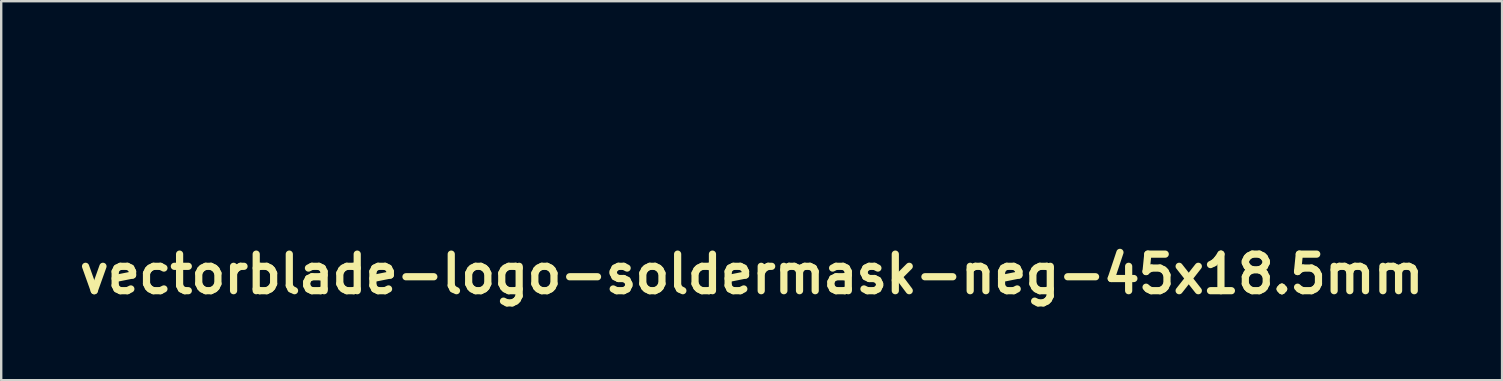
<source format=kicad_pcb>
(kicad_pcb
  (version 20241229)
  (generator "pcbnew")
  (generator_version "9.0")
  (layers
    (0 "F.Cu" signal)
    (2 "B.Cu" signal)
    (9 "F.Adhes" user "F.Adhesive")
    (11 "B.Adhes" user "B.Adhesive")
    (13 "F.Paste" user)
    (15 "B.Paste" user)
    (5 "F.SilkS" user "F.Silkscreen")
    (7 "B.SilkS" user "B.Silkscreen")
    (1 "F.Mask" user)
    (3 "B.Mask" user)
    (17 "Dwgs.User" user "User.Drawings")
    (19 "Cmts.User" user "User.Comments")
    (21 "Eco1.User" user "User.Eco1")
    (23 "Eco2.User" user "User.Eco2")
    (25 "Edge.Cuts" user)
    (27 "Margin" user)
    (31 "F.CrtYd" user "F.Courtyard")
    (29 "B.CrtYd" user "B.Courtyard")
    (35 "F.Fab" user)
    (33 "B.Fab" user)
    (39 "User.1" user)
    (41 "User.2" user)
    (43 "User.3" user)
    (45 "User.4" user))
  (footprint "vectorblade-logo-soldermask-neg-45x18.5mm"
    (layer "F.Cu")
    (at 28.274 8.375)
    (property "Reference" "vectorblade-logo-soldermask-neg-45x18.5mm" (at 0 0 0) (layer "F.SilkS") (effects (font (size 1.524 1.524) (thickness 0.3))))
    (attr through_hole)
    (fp_poly (pts (xy 5.342 0.387) (xy 5.375 0.431) (xy 5.36 0.465) (xy 5.335 0.471) (xy 5.289 0.444) (xy 5.282 0.418) (xy 5.301 0.381) (xy 5.342 0.387)) (stroke (width 0.01) (type solid)) (fill yes) (layer "F.Mask"))
    (fp_poly (pts (xy 6.255 -0.346) (xy 6.287 -0.293) (xy 6.271 -0.236) (xy 6.268 -0.232) (xy 6.222 -0.228) (xy 6.179 -0.263) (xy 6.13 -0.328) (xy 6.137 -0.362) (xy 6.191 -0.37) (xy 6.255 -0.346)) (stroke (width 0.01) (type solid)) (fill yes) (layer "F.Mask"))
    (fp_poly (pts (xy 21.394 -0.048) (xy 21.395 -0.044) (xy 21.37 -0.012) (xy 21.304 0.052) (xy 21.211 0.134) (xy 21.171 0.168) (xy 21.063 0.26) (xy 20.969 0.341) (xy 20.906 0.397) (xy 20.896 0.408) (xy 20.82 0.468) (xy 20.768 0.5) (xy 20.693 0.52) (xy 20.575 0.531) (xy 20.437 0.533) (xy 20.302 0.525) (xy 20.227 0.515) (xy 20.165 0.494) (xy 20.165 0.464) (xy 20.227 0.423) (xy 20.279 0.398) (xy 20.395 0.346) (xy 20.539 0.282) (xy 20.696 0.213) (xy 20.852 0.143) (xy 20.993 0.081) (xy 21.104 0.032) (xy 21.171 0.002) (xy 21.178 -0.000446) (xy 21.284 -0.04) (xy 21.361 -0.057) (xy 21.394 -0.048)) (stroke (width 0.01) (type solid)) (fill yes) (layer "F.Mask"))
    (fp_poly (pts (xy -11.362 -1.387) (xy -11.233 -1.319) (xy -11.122 -1.224) (xy -11.106 -1.205) (xy -11.032 -1.067) (xy -10.99 -0.89) (xy -10.981 -0.693) (xy -11.005 -0.495) (xy -11.062 -0.317) (xy -11.072 -0.298) (xy -11.176 -0.152) (xy -11.324 -0.025) (xy -11.492 0.062) (xy -11.496 0.064) (xy -11.582 0.095) (xy -11.71 0.142) (xy -11.861 0.199) (xy -11.96 0.237) (xy -12.14 0.305) (xy -12.334 0.378) (xy -12.512 0.445) (xy -12.576 0.468) (xy -12.856 0.571) (xy -13.611 0.571) (xy -14.365 0.57) (xy -14.365 0.49) (xy -14.356 0.376) (xy -14.33 0.224) (xy -14.295 0.057) (xy -14.292 0.047) (xy -13.053 0.047) (xy -13.049 0.128) (xy -13.031 0.178) (xy -12.989 0.197) (xy -12.912 0.188) (xy -12.792 0.151) (xy -12.644 0.098) (xy -12.418 0.011) (xy -12.251 -0.062) (xy -12.139 -0.124) (xy -12.076 -0.178) (xy -12.059 -0.207) (xy -12.055 -0.311) (xy -12.102 -0.393) (xy -12.184 -0.442) (xy -12.287 -0.445) (xy -12.34 -0.426) (xy -12.421 -0.393) (xy -12.538 -0.352) (xy -12.645 -0.319) (xy -12.835 -0.244) (xy -12.967 -0.147) (xy -13.04 -0.033) (xy -13.053 0.047) (xy -14.292 0.047) (xy -14.254 -0.103) (xy -14.212 -0.232) (xy -14.19 -0.284) (xy -14.036 -0.526) (xy -13.848 -0.711) (xy -13.767 -0.766) (xy -13.665 -0.817) (xy -13.517 -0.877) (xy -13.343 -0.939) (xy -13.162 -0.996) (xy -12.994 -1.043) (xy -12.885 -1.066) (xy -12.79 -1.09) (xy -12.734 -1.109) (xy -12.658 -1.135) (xy -12.555 -1.166) (xy -12.532 -1.172) (xy -12.422 -1.202) (xy -12.285 -1.238) (xy -12.195 -1.263) (xy -12.005 -1.312) (xy -11.822 -1.354) (xy -11.662 -1.387) (xy -11.54 -1.408) (xy -11.482 -1.413) (xy -11.362 -1.387)) (stroke (width 0.01) (type solid)) (fill yes) (layer "F.Mask"))
    (fp_poly (pts (xy -19.487 -2.506) (xy -19.414 -2.466) (xy -19.348 -2.398) (xy -19.281 -2.301) (xy -19.206 -2.177) (xy -19.192 -2.153) (xy -19.094 -1.99) (xy -18.979 -1.804) (xy -18.84 -1.586) (xy -18.672 -1.325) (xy -18.582 -1.188) (xy -18.506 -1.069) (xy -18.445 -0.972) (xy -18.409 -0.911) (xy -18.402 -0.897) (xy -18.385 -0.864) (xy -18.337 -0.789) (xy -18.269 -0.685) (xy -18.224 -0.618) (xy -18.122 -0.464) (xy -18.013 -0.296) (xy -17.919 -0.145) (xy -17.902 -0.118) (xy -17.811 0.031) (xy -17.711 0.193) (xy -17.626 0.329) (xy -17.555 0.453) (xy -17.526 0.527) (xy -17.536 0.555) (xy -17.58 0.559) (xy -17.681 0.564) (xy -17.826 0.568) (xy -18.005 0.572) (xy -18.207 0.576) (xy -18.42 0.579) (xy -18.633 0.581) (xy -18.834 0.583) (xy -19.013 0.583) (xy -19.159 0.583) (xy -19.26 0.581) (xy -19.3 0.578) (xy -19.333 0.568) (xy -19.367 0.54) (xy -19.41 0.488) (xy -19.463 0.406) (xy -19.533 0.285) (xy -19.624 0.119) (xy -19.74 -0.098) (xy -19.759 -0.135) (xy -19.89 -0.381) (xy -19.995 -0.579) (xy -20.08 -0.739) (xy -20.151 -0.872) (xy -20.214 -0.987) (xy -20.274 -1.096) (xy -20.337 -1.21) (xy -20.41 -1.339) (xy -20.428 -1.371) (xy -20.49 -1.471) (xy -20.55 -1.547) (xy -20.583 -1.576) (xy -20.641 -1.589) (xy -20.747 -1.601) (xy -20.883 -1.61) (xy -20.955 -1.612) (xy -21.102 -1.618) (xy -21.23 -1.628) (xy -21.319 -1.64) (xy -21.342 -1.646) (xy -21.421 -1.661) (xy -21.464 -1.656) (xy -21.475 -1.662) (xy -21.44 -1.699) (xy -21.425 -1.711) (xy -21.36 -1.76) (xy -21.319 -1.783) (xy -21.317 -1.783) (xy -21.283 -1.797) (xy -21.196 -1.835) (xy -21.064 -1.895) (xy -20.897 -1.972) (xy -20.702 -2.062) (xy -20.507 -2.153) (xy -20.229 -2.282) (xy -20.005 -2.384) (xy -19.826 -2.456) (xy -19.685 -2.501) (xy -19.575 -2.518) (xy -19.487 -2.506)) (stroke (width 0.01) (type solid)) (fill yes) (layer "F.Mask"))
    (fp_poly (pts (xy 20.238 -1.386) (xy 20.333 -1.335) (xy 20.427 -1.254) (xy 20.434 -1.248) (xy 20.572 -1.109) (xy 20.572 -0.792) (xy 20.57 -0.641) (xy 20.563 -0.537) (xy 20.546 -0.463) (xy 20.514 -0.398) (xy 20.47 -0.331) (xy 20.376 -0.215) (xy 20.267 -0.122) (xy 20.126 -0.039) (xy 19.937 0.045) (xy 19.926 0.049) (xy 19.769 0.112) (xy 19.592 0.184) (xy 19.462 0.236) (xy 19.249 0.323) (xy 19.084 0.389) (xy 18.952 0.437) (xy 18.84 0.469) (xy 18.731 0.489) (xy 18.612 0.5) (xy 18.468 0.504) (xy 18.284 0.505) (xy 18.105 0.505) (xy 17.863 0.504) (xy 17.682 0.5) (xy 17.554 0.495) (xy 17.474 0.486) (xy 17.434 0.473) (xy 17.427 0.463) (xy 17.435 0.392) (xy 17.455 0.278) (xy 17.484 0.142) (xy 17.504 0.051) (xy 18.651 0.051) (xy 18.655 0.103) (xy 18.674 0.15) (xy 18.702 0.164) (xy 18.761 0.147) (xy 18.818 0.122) (xy 18.897 0.088) (xy 19.016 0.037) (xy 19.156 -0.023) (xy 19.214 -0.048) (xy 19.385 -0.13) (xy 19.498 -0.204) (xy 19.559 -0.28) (xy 19.575 -0.363) (xy 19.567 -0.418) (xy 19.528 -0.488) (xy 19.47 -0.505) (xy 19.398 -0.491) (xy 19.284 -0.456) (xy 19.149 -0.407) (xy 19.012 -0.351) (xy 18.892 -0.296) (xy 18.809 -0.25) (xy 18.793 -0.239) (xy 18.726 -0.157) (xy 18.675 -0.051) (xy 18.651 0.051) (xy 17.504 0.051) (xy 17.515 0.005) (xy 17.545 -0.11) (xy 17.564 -0.168) (xy 17.668 -0.376) (xy 17.817 -0.569) (xy 17.998 -0.733) (xy 18.197 -0.856) (xy 18.395 -0.924) (xy 18.45 -0.939) (xy 18.552 -0.97) (xy 18.686 -1.012) (xy 18.789 -1.046) (xy 18.933 -1.093) (xy 19.055 -1.131) (xy 19.139 -1.157) (xy 19.169 -1.164) (xy 19.216 -1.177) (xy 19.313 -1.206) (xy 19.447 -1.246) (xy 19.602 -1.295) (xy 19.605 -1.296) (xy 19.826 -1.361) (xy 19.996 -1.398) (xy 20.13 -1.406) (xy 20.238 -1.386)) (stroke (width 0.01) (type solid)) (fill yes) (layer "F.Mask"))
    (fp_poly (pts (xy 12.412 -1.42) (xy 12.444 -1.373) (xy 12.464 -1.292) (xy 12.475 -1.17) (xy 12.48 -1.002) (xy 12.48 -0.781) (xy 12.478 -0.499) (xy 12.478 -0.45) (xy 12.476 -0.175) (xy 12.473 0.04) (xy 12.47 0.202) (xy 12.465 0.318) (xy 12.458 0.397) (xy 12.448 0.444) (xy 12.435 0.468) (xy 12.419 0.476) (xy 12.418 0.476) (xy 12.367 0.478) (xy 12.261 0.48) (xy 12.114 0.482) (xy 11.939 0.484) (xy 11.835 0.485) (xy 11.307 0.49) (xy 11.327 0.061) (xy 11.335 -0.117) (xy 11.337 -0.239) (xy 11.334 -0.317) (xy 11.323 -0.361) (xy 11.304 -0.384) (xy 11.289 -0.391) (xy 11.234 -0.39) (xy 11.13 -0.37) (xy 10.994 -0.335) (xy 10.838 -0.29) (xy 10.68 -0.239) (xy 10.532 -0.188) (xy 10.41 -0.139) (xy 10.33 -0.099) (xy 10.322 -0.095) (xy 10.256 -0.019) (xy 10.197 0.096) (xy 10.157 0.224) (xy 10.145 0.337) (xy 10.15 0.371) (xy 10.15 0.412) (xy 10.118 0.443) (xy 10.05 0.464) (xy 9.938 0.477) (xy 9.777 0.483) (xy 9.558 0.482) (xy 9.395 0.478) (xy 9.222 0.473) (xy 9.108 0.464) (xy 9.043 0.442) (xy 9.018 0.4) (xy 9.026 0.33) (xy 9.056 0.224) (xy 9.067 0.188) (xy 9.093 0.091) (xy 9.103 0.024) (xy 9.101 0.006) (xy 9.103 -0.035) (xy 9.138 -0.115) (xy 9.197 -0.217) (xy 9.271 -0.329) (xy 9.351 -0.435) (xy 9.427 -0.521) (xy 9.451 -0.544) (xy 9.519 -0.601) (xy 9.583 -0.65) (xy 9.654 -0.693) (xy 9.74 -0.734) (xy 9.849 -0.776) (xy 9.991 -0.823) (xy 10.174 -0.879) (xy 10.406 -0.946) (xy 10.599 -1.001) (xy 10.761 -1.033) (xy 10.889 -1.023) (xy 11.007 -0.966) (xy 11.084 -0.905) (xy 11.186 -0.83) (xy 11.259 -0.814) (xy 11.306 -0.859) (xy 11.333 -0.968) (xy 11.337 -1.007) (xy 11.349 -1.112) (xy 11.371 -1.171) (xy 11.416 -1.205) (xy 11.502 -1.235) (xy 11.506 -1.236) (xy 11.623 -1.274) (xy 11.731 -1.309) (xy 11.758 -1.318) (xy 11.84 -1.341) (xy 11.964 -1.371) (xy 12.103 -1.402) (xy 12.118 -1.405) (xy 12.221 -1.427) (xy 12.303 -1.441) (xy 12.366 -1.441) (xy 12.412 -1.42)) (stroke (width 0.01) (type solid)) (fill yes) (layer "F.Mask"))
    (fp_poly (pts (xy 16.691 -4.284) (xy 16.702 -4.254) (xy 16.71 -4.188) (xy 16.715 -4.083) (xy 16.718 -3.932) (xy 16.718 -3.732) (xy 16.716 -3.477) (xy 16.712 -3.161) (xy 16.709 -3.001) (xy 16.702 -2.654) (xy 16.696 -2.27) (xy 16.688 -1.87) (xy 16.681 -1.473) (xy 16.675 -1.098) (xy 16.669 -0.764) (xy 16.667 -0.673) (xy 16.662 -0.407) (xy 16.657 -0.162) (xy 16.651 0.054) (xy 16.646 0.233) (xy 16.641 0.366) (xy 16.637 0.445) (xy 16.635 0.463) (xy 16.611 0.479) (xy 16.548 0.491) (xy 16.439 0.499) (xy 16.276 0.503) (xy 16.053 0.505) (xy 16.044 0.505) (xy 15.467 0.505) (xy 15.487 0.097) (xy 15.493 -0.086) (xy 15.492 -0.235) (xy 15.484 -0.336) (xy 15.475 -0.372) (xy 15.448 -0.408) (xy 15.407 -0.416) (xy 15.33 -0.399) (xy 15.299 -0.389) (xy 15.194 -0.357) (xy 15.054 -0.315) (xy 14.909 -0.271) (xy 14.904 -0.27) (xy 14.77 -0.227) (xy 14.651 -0.185) (xy 14.571 -0.153) (xy 14.565 -0.15) (xy 14.469 -0.064) (xy 14.397 0.078) (xy 14.352 0.27) (xy 14.347 0.311) (xy 14.327 0.505) (xy 13.181 0.498) (xy 13.203 0.308) (xy 13.267 -0.009) (xy 13.377 -0.277) (xy 13.536 -0.5) (xy 13.745 -0.679) (xy 14.006 -0.816) (xy 14.178 -0.875) (xy 14.336 -0.922) (xy 14.505 -0.974) (xy 14.625 -1.01) (xy 14.761 -1.049) (xy 14.895 -1.082) (xy 14.972 -1.097) (xy 15.06 -1.106) (xy 15.124 -1.09) (xy 15.192 -1.04) (xy 15.234 -1) (xy 15.319 -0.928) (xy 15.396 -0.879) (xy 15.425 -0.869) (xy 15.461 -0.87) (xy 15.484 -0.896) (xy 15.499 -0.961) (xy 15.512 -1.078) (xy 15.513 -1.093) (xy 15.519 -1.186) (xy 15.524 -1.335) (xy 15.53 -1.531) (xy 15.536 -1.763) (xy 15.541 -2.02) (xy 15.545 -2.292) (xy 15.547 -2.405) (xy 15.56 -3.481) (xy 15.307 -3.492) (xy 15.153 -3.505) (xy 15.049 -3.526) (xy 15.001 -3.554) (xy 15.007 -3.58) (xy 15.047 -3.604) (xy 15.138 -3.652) (xy 15.27 -3.718) (xy 15.431 -3.797) (xy 15.612 -3.884) (xy 15.801 -3.974) (xy 15.99 -4.063) (xy 16.166 -4.145) (xy 16.32 -4.215) (xy 16.442 -4.269) (xy 16.52 -4.301) (xy 16.54 -4.307) (xy 16.635 -4.315) (xy 16.691 -4.284)) (stroke (width 0.01) (type solid)) (fill yes) (layer "F.Mask"))
    (fp_poly (pts (xy 8.172 -5.976) (xy 8.191 -5.956) (xy 8.195 -5.916) (xy 8.199 -5.816) (xy 8.202 -5.662) (xy 8.205 -5.461) (xy 8.206 -5.22) (xy 8.208 -4.947) (xy 8.208 -4.647) (xy 8.208 -4.328) (xy 8.207 -3.996) (xy 8.206 -3.659) (xy 8.204 -3.324) (xy 8.202 -2.996) (xy 8.198 -2.684) (xy 8.195 -2.393) (xy 8.19 -2.131) (xy 8.189 -2.052) (xy 8.183 -1.756) (xy 8.178 -1.423) (xy 8.172 -1.08) (xy 8.168 -0.75) (xy 8.165 -0.457) (xy 8.165 -0.398) (xy 8.162 -0.173) (xy 8.158 0.029) (xy 8.152 0.199) (xy 8.146 0.327) (xy 8.14 0.404) (xy 8.136 0.421) (xy 8.091 0.439) (xy 8.012 0.452) (xy 7.922 0.46) (xy 7.845 0.46) (xy 7.806 0.45) (xy 7.805 0.446) (xy 7.774 0.434) (xy 7.694 0.427) (xy 7.583 0.427) (xy 7.466 0.429) (xy 7.405 0.424) (xy 7.389 0.408) (xy 7.402 0.386) (xy 7.449 0.354) (xy 7.472 0.356) (xy 7.498 0.346) (xy 7.502 0.323) (xy 7.523 0.287) (xy 7.561 0.292) (xy 7.598 0.298) (xy 7.594 0.285) (xy 7.601 0.247) (xy 7.646 0.181) (xy 7.692 0.13) (xy 7.763 0.052) (xy 7.79 0.002) (xy 7.781 -0.037) (xy 7.772 -0.05) (xy 7.722 -0.076) (xy 7.638 -0.07) (xy 7.514 -0.032) (xy 7.344 0.042) (xy 7.195 0.115) (xy 7.113 0.147) (xy 7.068 0.136) (xy 7.061 0.078) (xy 7.089 -0.031) (xy 7.131 -0.143) (xy 7.179 -0.268) (xy 7.215 -0.372) (xy 7.232 -0.436) (xy 7.233 -0.445) (xy 7.255 -0.51) (xy 7.266 -0.524) (xy 7.291 -0.576) (xy 7.313 -0.667) (xy 7.321 -0.716) (xy 7.327 -0.824) (xy 7.304 -0.873) (xy 7.251 -0.862) (xy 7.168 -0.792) (xy 7.122 -0.743) (xy 7.003 -0.612) (xy 7.022 -2.825) (xy 7.041 -5.039) (xy 6.959 -5.092) (xy 6.876 -5.127) (xy 6.762 -5.153) (xy 6.71 -5.16) (xy 6.612 -5.169) (xy 6.545 -5.175) (xy 6.53 -5.178) (xy 6.539 -5.201) (xy 6.58 -5.252) (xy 6.63 -5.289) (xy 6.725 -5.347) (xy 6.849 -5.416) (xy 6.99 -5.491) (xy 7.131 -5.563) (xy 7.259 -5.624) (xy 7.358 -5.667) (xy 7.416 -5.686) (xy 7.418 -5.686) (xy 7.469 -5.701) (xy 7.546 -5.737) (xy 7.553 -5.74) (xy 7.763 -5.851) (xy 7.924 -5.927) (xy 8.041 -5.972) (xy 8.121 -5.988) (xy 8.172 -5.976)) (stroke (width 0.01) (type solid)) (fill yes) (layer "F.Mask"))
    (fp_poly (pts (xy -5.415 -3.981) (xy -5.398 -3.963) (xy -5.387 -3.942) (xy -5.375 -3.889) (xy -5.362 -3.783) (xy -5.35 -3.637) (xy -5.338 -3.464) (xy -5.334 -3.381) (xy -5.324 -3.177) (xy -5.312 -3.031) (xy -5.299 -2.933) (xy -5.282 -2.872) (xy -5.261 -2.838) (xy -5.256 -2.834) (xy -5.189 -2.812) (xy -5.057 -2.798) (xy -4.863 -2.792) (xy -4.843 -2.792) (xy -4.675 -2.79) (xy -4.514 -2.785) (xy -4.384 -2.777) (xy -4.329 -2.771) (xy -4.236 -2.757) (xy -4.202 -2.743) (xy -4.215 -2.72) (xy -4.248 -2.694) (xy -4.315 -2.652) (xy -4.421 -2.594) (xy -4.545 -2.531) (xy -4.559 -2.524) (xy -4.672 -2.468) (xy -4.761 -2.422) (xy -4.808 -2.394) (xy -4.811 -2.391) (xy -4.848 -2.368) (xy -4.929 -2.327) (xy -5.013 -2.289) (xy -5.097 -2.253) (xy -5.165 -2.223) (xy -5.218 -2.192) (xy -5.257 -2.152) (xy -5.284 -2.095) (xy -5.302 -2.016) (xy -5.311 -1.905) (xy -5.314 -1.756) (xy -5.311 -1.562) (xy -5.305 -1.314) (xy -5.298 -1.026) (xy -5.291 -0.75) (xy -5.285 -0.483) (xy -5.279 -0.237) (xy -5.275 -0.023) (xy -5.271 0.151) (xy -5.269 0.271) (xy -5.268 0.303) (xy -5.265 0.555) (xy -5.813 0.56) (xy -6 0.563) (xy -6.165 0.567) (xy -6.295 0.572) (xy -6.379 0.577) (xy -6.402 0.581) (xy -6.47 0.585) (xy -6.485 0.581) (xy -6.523 0.539) (xy -6.527 0.518) (xy -6.55 0.463) (xy -6.611 0.453) (xy -6.696 0.487) (xy -6.72 0.504) (xy -6.795 0.547) (xy -6.882 0.566) (xy -7.007 0.566) (xy -7.014 0.565) (xy -7.135 0.552) (xy -7.209 0.529) (xy -7.225 0.513) (xy -7.215 0.475) (xy -7.199 0.471) (xy -7.143 0.458) (xy -7.06 0.427) (xy -7.053 0.424) (xy -6.961 0.383) (xy -6.841 0.331) (xy -6.767 0.298) (xy -6.638 0.23) (xy -6.564 0.149) (xy -6.531 0.039) (xy -6.527 -0.055) (xy -6.536 -0.175) (xy -6.571 -0.253) (xy -6.638 -0.292) (xy -6.746 -0.294) (xy -6.902 -0.262) (xy -7.011 -0.231) (xy -7.135 -0.195) (xy -7.237 -0.168) (xy -7.298 -0.155) (xy -7.3 -0.154) (xy -7.364 -0.141) (xy -7.456 -0.113) (xy -7.479 -0.105) (xy -7.565 -0.082) (xy -7.62 -0.077) (xy -7.628 -0.08) (xy -7.667 -0.081) (xy -7.686 -0.069) (xy -7.743 -0.042) (xy -7.832 -0.019) (xy -7.84 -0.017) (xy -7.938 0.002) (xy -8.015 0.02) (xy -8.017 0.021) (xy -8.096 0.017) (xy -8.151 -0.043) (xy -8.175 -0.153) (xy -8.175 -0.172) (xy -8.192 -0.279) (xy -8.233 -0.364) (xy -8.29 -0.412) (xy -8.349 -0.411) (xy -8.362 -0.402) (xy -8.402 -0.38) (xy -8.411 -0.387) (xy -8.434 -0.389) (xy -8.487 -0.361) (xy -8.571 -0.323) (xy -8.68 -0.292) (xy -8.698 -0.289) (xy -8.81 -0.247) (xy -8.896 -0.162) (xy -8.958 -0.028) (xy -8.996 0.159) (xy -9.014 0.404) (xy -9.016 0.494) (xy -9.017 0.518) (xy -9.028 0.536) (xy -9.055 0.549) (xy -9.109 0.557) (xy -9.196 0.562) (xy -9.326 0.563) (xy -9.508 0.563) (xy -9.718 0.561) (xy -9.979 0.557) (xy -10.178 0.552) (xy -10.322 0.543) (xy -10.416 0.531) (xy -10.465 0.516) (xy -10.47 0.512) (xy -10.53 0.489) (xy -10.594 0.497) (xy -10.63 0.53) (xy -10.631 0.539) (xy -10.661 0.554) (xy -10.739 0.562) (xy -10.847 0.563) (xy -10.965 0.558) (xy -11.075 0.547) (xy -11.157 0.533) (xy -11.194 0.515) (xy -11.194 0.514) (xy -11.176 0.478) (xy -11.113 0.451) (xy -11.016 0.42) (xy -10.951 0.389) (xy -10.881 0.354) (xy -10.776 0.311) (xy -10.703 0.284) (xy -10.552 0.215) (xy -10.438 0.132) (xy -10.373 0.044) (xy -10.362 -0.006) (xy -10.342 -0.094) (xy -10.289 -0.214) (xy -10.214 -0.346) (xy -10.129 -0.47) (xy -10.044 -0.568) (xy -10.034 -0.577) (xy -9.913 -0.669) (xy -9.762 -0.759) (xy -9.607 -0.834) (xy -9.472 -0.881) (xy -9.454 -0.885) (xy -9.379 -0.902) (xy -9.251 -0.936) (xy -9.081 -0.982) (xy -8.881 -1.038) (xy -8.661 -1.101) (xy -8.495 -1.149) (xy -8.248 -1.22) (xy -8.056 -1.272) (xy -7.908 -1.307) (xy -7.795 -1.327) (xy -7.707 -1.335) (xy -7.634 -1.332) (xy -7.613 -1.33) (xy -7.445 -1.273) (xy -7.309 -1.163) (xy -7.215 -1.012) (xy -7.169 -0.829) (xy -7.166 -0.764) (xy -7.153 -0.647) (xy -7.118 -0.575) (xy -7.115 -0.572) (xy -7.052 -0.544) (xy -6.95 -0.524) (xy -6.829 -0.511) (xy -6.711 -0.509) (xy -6.615 -0.516) (xy -6.562 -0.536) (xy -6.56 -0.539) (xy -6.549 -0.59) (xy -6.543 -0.691) (xy -6.543 -0.823) (xy -6.545 -0.888) (xy -6.549 -1.008) (xy -6.552 -1.182) (xy -6.555 -1.397) (xy -6.557 -1.638) (xy -6.558 -1.893) (xy -6.559 -2.071) (xy -6.56 -2.362) (xy -6.564 -2.592) (xy -6.569 -2.766) (xy -6.578 -2.889) (xy -6.589 -2.967) (xy -6.602 -3.005) (xy -6.63 -3.032) (xy -6.676 -3.053) (xy -6.753 -3.072) (xy -6.871 -3.089) (xy -7.044 -3.11) (xy -7.061 -3.111) (xy -7.169 -3.133) (xy -7.213 -3.166) (xy -7.191 -3.206) (xy -7.113 -3.248) (xy -7.04 -3.28) (xy -6.919 -3.335) (xy -6.762 -3.407) (xy -6.582 -3.49) (xy -6.409 -3.572) (xy -6.14 -3.698) (xy -5.925 -3.799) (xy -5.758 -3.875) (xy -5.633 -3.93) (xy -5.542 -3.966) (xy -5.48 -3.985) (xy -5.44 -3.989) (xy -5.415 -3.981)) (stroke (width 0.01) (type solid)) (fill yes) (layer "F.Mask"))
    (fp_poly (pts (xy 3.913 -5.447) (xy 3.949 -5.426) (xy 3.966 -5.371) (xy 3.977 -5.273) (xy 3.98 -5.209) (xy 3.982 -5.083) (xy 3.984 -4.903) (xy 3.986 -4.674) (xy 3.987 -4.405) (xy 3.987 -4.1) (xy 3.987 -3.766) (xy 3.987 -3.409) (xy 3.986 -3.037) (xy 3.986 -3.028) (xy 3.985 -2.659) (xy 3.985 -2.309) (xy 3.986 -1.983) (xy 3.987 -1.688) (xy 3.99 -1.43) (xy 3.993 -1.214) (xy 3.997 -1.048) (xy 4.001 -0.936) (xy 4.006 -0.884) (xy 4.007 -0.883) (xy 4.041 -0.832) (xy 4.104 -0.81) (xy 4.169 -0.807) (xy 4.283 -0.817) (xy 4.387 -0.84) (xy 4.397 -0.843) (xy 4.511 -0.882) (xy 4.662 -0.927) (xy 4.832 -0.972) (xy 5.004 -1.015) (xy 5.16 -1.05) (xy 5.285 -1.074) (xy 5.358 -1.083) (xy 5.439 -1.09) (xy 5.482 -1.106) (xy 5.484 -1.11) (xy 5.515 -1.143) (xy 5.599 -1.166) (xy 5.723 -1.178) (xy 5.803 -1.179) (xy 5.92 -1.168) (xy 5.997 -1.135) (xy 6.047 -1.09) (xy 6.1 -1.011) (xy 6.123 -0.939) (xy 6.123 -0.937) (xy 6.147 -0.863) (xy 6.188 -0.813) (xy 6.238 -0.739) (xy 6.261 -0.621) (xy 6.261 -0.483) (xy 6.238 -0.426) (xy 6.167 -0.398) (xy 6.155 -0.396) (xy 6.101 -0.394) (xy 6.05 -0.411) (xy 5.987 -0.456) (xy 5.917 -0.521) (xy 6.123 -0.521) (xy 6.14 -0.505) (xy 6.157 -0.521) (xy 6.14 -0.538) (xy 6.123 -0.521) (xy 5.917 -0.521) (xy 5.901 -0.536) (xy 5.821 -0.616) (xy 5.694 -0.739) (xy 5.603 -0.811) (xy 5.546 -0.832) (xy 5.538 -0.83) (xy 5.503 -0.801) (xy 5.51 -0.744) (xy 5.518 -0.722) (xy 5.543 -0.626) (xy 5.551 -0.557) (xy 5.572 -0.477) (xy 5.601 -0.437) (xy 5.644 -0.375) (xy 5.652 -0.339) (xy 5.667 -0.276) (xy 5.703 -0.184) (xy 5.718 -0.153) (xy 5.762 -0.033) (xy 5.765 0.059) (xy 5.743 0.113) (xy 5.699 0.128) (xy 5.628 0.119) (xy 5.514 0.085) (xy 5.407 0.038) (xy 5.332 -0.018) (xy 5.3 -0.092) (xy 5.293 -0.15) (xy 5.261 -0.275) (xy 5.192 -0.37) (xy 5.099 -0.425) (xy 4.997 -0.43) (xy 4.92 -0.393) (xy 4.884 -0.376) (xy 4.878 -0.381) (xy 4.85 -0.382) (xy 4.774 -0.361) (xy 4.667 -0.325) (xy 4.542 -0.28) (xy 4.414 -0.231) (xy 4.3 -0.183) (xy 4.212 -0.142) (xy 4.169 -0.115) (xy 4.131 -0.052) (xy 4.094 0.059) (xy 4.072 0.162) (xy 4.051 0.284) (xy 4.031 0.384) (xy 4.019 0.437) (xy 4.004 0.456) (xy 3.967 0.469) (xy 3.897 0.478) (xy 3.787 0.484) (xy 3.628 0.486) (xy 3.41 0.487) (xy 3.407 0.487) (xy 2.809 0.486) (xy 2.8 0.095) (xy 2.794 -0.089) (xy 2.781 -0.214) (xy 2.753 -0.287) (xy 2.704 -0.318) (xy 2.624 -0.314) (xy 2.506 -0.282) (xy 2.454 -0.266) (xy 2.332 -0.232) (xy 2.226 -0.209) (xy 2.169 -0.202) (xy 2.099 -0.189) (xy 2.069 -0.168) (xy 2.024 -0.144) (xy 1.949 -0.135) (xy 1.85 -0.135) (xy 1.85 -0.355) (xy 1.844 -0.519) (xy 1.823 -0.624) (xy 1.78 -0.681) (xy 1.71 -0.699) (xy 1.648 -0.694) (xy 1.534 -0.667) (xy 1.43 -0.63) (xy 1.424 -0.627) (xy 1.32 -0.577) (xy 1.228 -0.533) (xy 1.173 -0.5) (xy 1.134 -0.452) (xy 1.108 -0.379) (xy 1.092 -0.27) (xy 1.083 -0.114) (xy 1.08 0.05) (xy 1.079 0.216) (xy 1.076 0.338) (xy 1.062 0.424) (xy 1.028 0.48) (xy 0.965 0.512) (xy 0.865 0.526) (xy 0.719 0.529) (xy 0.518 0.528) (xy 0.419 0.527) (xy -0.199 0.524) (xy -0.183 0.321) (xy -0.171 0.174) (xy -0.158 0.022) (xy -0.151 -0.05) (xy -0.147 -0.182) (xy -0.171 -0.262) (xy -0.233 -0.303) (xy -0.346 -0.32) (xy -0.372 -0.322) (xy -0.509 -0.331) (xy -0.646 -0.346) (xy -0.691 -0.352) (xy -0.781 -0.361) (xy -0.827 -0.35) (xy -0.849 -0.308) (xy -0.853 -0.292) (xy -0.859 -0.218) (xy -0.855 -0.103) (xy -0.843 0.03) (xy -0.842 0.038) (xy -0.825 0.183) (xy -0.813 0.321) (xy -0.808 0.421) (xy -0.807 0.555) (xy -1.388 0.552) (xy -1.968 0.548) (xy -1.968 0.148) (xy -1.972 -0.06) (xy -1.984 -0.211) (xy -2.009 -0.314) (xy -2.048 -0.378) (xy -2.103 -0.413) (xy -2.129 -0.42) (xy -2.185 -0.43) (xy -2.24 -0.427) (xy -2.312 -0.409) (xy -2.421 -0.37) (xy -2.481 -0.348) (xy -2.539 -0.327) (xy -2.557 -0.321) (xy -2.596 -0.304) (xy -2.65 -0.275) (xy -2.719 -0.25) (xy -2.758 -0.252) (xy -2.81 -0.251) (xy -2.892 -0.218) (xy -2.981 -0.166) (xy -3.056 -0.107) (xy -3.088 -0.069) (xy -3.113 -0.002) (xy -3.139 0.11) (xy -3.161 0.243) (xy -3.163 0.26) (xy -3.184 0.386) (xy -3.209 0.485) (xy -3.233 0.539) (xy -3.237 0.543) (xy -3.284 0.551) (xy -3.383 0.557) (xy -3.521 0.561) (xy -3.682 0.563) (xy -3.853 0.562) (xy -4.018 0.56) (xy -4.163 0.555) (xy -4.273 0.548) (xy -4.335 0.54) (xy -4.341 0.538) (xy -4.352 0.495) (xy -4.347 0.404) (xy -4.329 0.281) (xy -4.301 0.141) (xy -4.265 -0.000205) (xy -4.225 -0.126) (xy -4.202 -0.185) (xy -4.106 -0.346) (xy -3.969 -0.505) (xy -3.814 -0.638) (xy -3.714 -0.699) (xy -3.606 -0.743) (xy -3.442 -0.794) (xy -3.218 -0.853) (xy -2.931 -0.92) (xy -2.809 -0.947) (xy -2.697 -0.974) (xy -2.604 -1.002) (xy -2.574 -1.013) (xy -2.519 -1.033) (xy -2.436 -1.057) (xy -2.313 -1.088) (xy -2.139 -1.129) (xy -2.069 -1.145) (xy -1.941 -1.177) (xy -1.81 -1.212) (xy -1.8 -1.215) (xy -1.681 -1.242) (xy -1.542 -1.263) (xy -1.495 -1.269) (xy -1.308 -1.257) (xy -1.153 -1.187) (xy -1.033 -1.064) (xy -0.953 -0.891) (xy -0.922 -0.738) (xy -0.904 -0.602) (xy -0.88 -0.515) (xy -0.839 -0.472) (xy -0.771 -0.471) (xy -0.664 -0.507) (xy -0.51 -0.577) (xy -0.486 -0.588) (xy -0.339 -0.658) (xy -0.206 -0.722) (xy -0.104 -0.772) (xy -0.059 -0.795) (xy 0.005 -0.822) (xy 0.034 -0.819) (xy 0.034 -0.818) (xy 0.049 -0.813) (xy 0.059 -0.826) (xy 0.097 -0.853) (xy 0.176 -0.898) (xy 0.275 -0.95) (xy 0.374 -0.998) (xy 0.452 -1.033) (xy 0.486 -1.043) (xy 0.519 -1.058) (xy 0.595 -1.099) (xy 0.697 -1.155) (xy 0.706 -1.161) (xy 0.816 -1.219) (xy 0.905 -1.261) (xy 0.957 -1.278) (xy 0.958 -1.278) (xy 1.018 -1.251) (xy 1.072 -1.185) (xy 1.097 -1.113) (xy 1.102 -1.036) (xy 1.105 -0.984) (xy 1.12 -0.932) (xy 1.17 -0.911) (xy 1.226 -0.908) (xy 1.31 -0.917) (xy 1.36 -0.939) (xy 1.363 -0.942) (xy 1.41 -0.97) (xy 1.451 -0.976) (xy 1.517 -0.989) (xy 1.618 -1.024) (xy 1.702 -1.06) (xy 1.809 -1.105) (xy 1.897 -1.136) (xy 1.937 -1.144) (xy 2.002 -1.161) (xy 2.065 -1.195) (xy 2.122 -1.223) (xy 2.189 -1.229) (xy 2.288 -1.212) (xy 2.322 -1.205) (xy 2.439 -1.167) (xy 2.54 -1.115) (xy 2.578 -1.086) (xy 2.663 -1.023) (xy 2.731 -1.016) (xy 2.772 -1.062) (xy 2.776 -1.106) (xy 2.78 -1.21) (xy 2.783 -1.368) (xy 2.786 -1.573) (xy 2.789 -1.819) (xy 2.79 -2.099) (xy 2.792 -2.407) (xy 2.792 -2.736) (xy 2.792 -2.807) (xy 2.792 -3.188) (xy 2.792 -3.507) (xy 2.791 -3.771) (xy 2.789 -3.984) (xy 2.787 -4.152) (xy 2.783 -4.282) (xy 2.778 -4.378) (xy 2.771 -4.447) (xy 2.762 -4.494) (xy 2.752 -4.524) (xy 2.739 -4.544) (xy 2.728 -4.556) (xy 2.687 -4.585) (xy 2.63 -4.605) (xy 2.543 -4.619) (xy 2.411 -4.631) (xy 2.296 -4.638) (xy 2.236 -4.651) (xy 2.228 -4.679) (xy 2.276 -4.725) (xy 2.38 -4.789) (xy 2.543 -4.873) (xy 2.767 -4.979) (xy 2.843 -5.013) (xy 2.971 -5.073) (xy 3.128 -5.147) (xy 3.289 -5.225) (xy 3.433 -5.296) (xy 3.524 -5.343) (xy 3.638 -5.401) (xy 3.716 -5.433) (xy 3.78 -5.447) (xy 3.847 -5.45) (xy 3.913 -5.447)) (stroke (width 0.01) (type solid)) (fill yes) (layer "F.Mask"))
    (fp_poly (pts (xy 8.311 -8.37) (xy 8.838 -8.348) (xy 9.374 -8.306) (xy 9.739 -8.267) (xy 9.889 -8.25) (xy 10.018 -8.239) (xy 10.11 -8.234) (xy 10.139 -8.235) (xy 10.216 -8.224) (xy 10.247 -8.206) (xy 10.299 -8.183) (xy 10.318 -8.186) (xy 10.35 -8.189) (xy 10.422 -8.184) (xy 10.541 -8.168) (xy 10.711 -8.142) (xy 10.939 -8.105) (xy 11.119 -8.075) (xy 11.441 -8.009) (xy 11.815 -7.912) (xy 12.232 -7.786) (xy 12.465 -7.71) (xy 12.746 -7.613) (xy 12.983 -7.525) (xy 13.198 -7.437) (xy 13.413 -7.341) (xy 13.608 -7.248) (xy 14.056 -7.011) (xy 14.472 -6.756) (xy 14.848 -6.488) (xy 15.173 -6.215) (xy 15.318 -6.073) (xy 15.468 -5.912) (xy 15.608 -5.752) (xy 15.729 -5.603) (xy 15.823 -5.475) (xy 15.882 -5.378) (xy 15.897 -5.34) (xy 15.902 -5.287) (xy 15.876 -5.244) (xy 15.807 -5.196) (xy 15.76 -5.168) (xy 15.667 -5.119) (xy 15.599 -5.087) (xy 15.578 -5.08) (xy 15.546 -5.105) (xy 15.492 -5.169) (xy 15.451 -5.223) (xy 15.384 -5.307) (xy 15.289 -5.414) (xy 15.176 -5.534) (xy 15.056 -5.658) (xy 14.937 -5.775) (xy 14.83 -5.875) (xy 14.746 -5.949) (xy 14.694 -5.986) (xy 14.685 -5.988) (xy 14.648 -6.009) (xy 14.579 -6.063) (xy 14.527 -6.108) (xy 14.432 -6.185) (xy 14.341 -6.247) (xy 14.305 -6.266) (xy 14.216 -6.31) (xy 14.112 -6.368) (xy 14.09 -6.381) (xy 14.009 -6.428) (xy 13.885 -6.494) (xy 13.738 -6.57) (xy 13.619 -6.63) (xy 13.466 -6.706) (xy 13.322 -6.778) (xy 13.206 -6.837) (xy 13.147 -6.868) (xy 13.038 -6.916) (xy 12.904 -6.963) (xy 12.844 -6.981) (xy 12.712 -7.023) (xy 12.581 -7.074) (xy 12.533 -7.097) (xy 12.438 -7.14) (xy 12.359 -7.164) (xy 12.341 -7.166) (xy 12.27 -7.178) (xy 12.178 -7.209) (xy 12.171 -7.212) (xy 12.021 -7.269) (xy 11.862 -7.323) (xy 11.714 -7.366) (xy 11.594 -7.394) (xy 11.533 -7.401) (xy 11.458 -7.413) (xy 11.422 -7.435) (xy 11.375 -7.462) (xy 11.327 -7.469) (xy 11.25 -7.48) (xy 11.145 -7.508) (xy 11.108 -7.52) (xy 11.018 -7.544) (xy 10.873 -7.574) (xy 10.681 -7.609) (xy 10.456 -7.647) (xy 10.206 -7.686) (xy 9.944 -7.725) (xy 9.679 -7.762) (xy 9.423 -7.796) (xy 9.186 -7.824) (xy 8.979 -7.847) (xy 8.814 -7.861) (xy 8.797 -7.862) (xy 8.548 -7.874) (xy 8.272 -7.882) (xy 7.983 -7.885) (xy 7.694 -7.884) (xy 7.421 -7.879) (xy 7.176 -7.87) (xy 6.974 -7.857) (xy 6.852 -7.844) (xy 6.675 -7.82) (xy 6.475 -7.794) (xy 6.293 -7.771) (xy 6.291 -7.77) (xy 6.123 -7.747) (xy 5.946 -7.718) (xy 5.798 -7.691) (xy 5.786 -7.688) (xy 5.664 -7.664) (xy 5.499 -7.632) (xy 5.312 -7.598) (xy 5.147 -7.568) (xy 4.98 -7.537) (xy 4.831 -7.508) (xy 4.716 -7.483) (xy 4.651 -7.465) (xy 4.649 -7.465) (xy 4.555 -7.44) (xy 4.497 -7.435) (xy 4.422 -7.427) (xy 4.312 -7.406) (xy 4.238 -7.389) (xy 4.108 -7.358) (xy 3.948 -7.32) (xy 3.802 -7.287) (xy 3.587 -7.239) (xy 3.422 -7.201) (xy 3.292 -7.17) (xy 3.18 -7.142) (xy 3.07 -7.114) (xy 3.061 -7.111) (xy 2.732 -7.024) (xy 2.49 -6.963) (xy 2.138 -6.877) (xy 1.835 -6.803) (xy 1.584 -6.742) (xy 1.387 -6.694) (xy 1.249 -6.661) (xy 1.171 -6.644) (xy 1.161 -6.641) (xy 1.093 -6.626) (xy 0.971 -6.598) (xy 0.805 -6.558) (xy 0.606 -6.509) (xy 0.384 -6.454) (xy 0.15 -6.396) (xy -0.085 -6.338) (xy -0.219 -6.304) (xy -0.393 -6.26) (xy -0.547 -6.223) (xy -0.669 -6.194) (xy -0.744 -6.177) (xy -0.757 -6.175) (xy -0.888 -6.153) (xy -1.008 -6.129) (xy -1.096 -6.106) (xy -1.127 -6.094) (xy -1.187 -6.07) (xy -1.194 -6.069) (xy -1.245 -6.057) (xy -1.334 -6.034) (xy -1.379 -6.021) (xy -1.486 -5.994) (xy -1.575 -5.974) (xy -1.598 -5.97) (xy -1.666 -5.956) (xy -1.772 -5.93) (xy -1.867 -5.904) (xy -2.101 -5.841) (xy -2.314 -5.792) (xy -2.422 -5.77) (xy -2.517 -5.749) (xy -2.587 -5.729) (xy -2.59 -5.728) (xy -2.667 -5.706) (xy -2.708 -5.698) (xy -2.789 -5.681) (xy -2.921 -5.651) (xy -3.11 -5.606) (xy -3.263 -5.567) (xy -3.408 -5.534) (xy -3.57 -5.499) (xy -3.65 -5.482) (xy -3.782 -5.456) (xy -3.907 -5.43) (xy -3.97 -5.416) (xy -4.051 -5.398) (xy -4.182 -5.369) (xy -4.348 -5.332) (xy -4.534 -5.291) (xy -4.724 -5.25) (xy -4.903 -5.211) (xy -5.055 -5.178) (xy -5.063 -5.177) (xy -5.195 -5.148) (xy -5.326 -5.119) (xy -5.366 -5.11) (xy -5.483 -5.085) (xy -5.633 -5.055) (xy -5.796 -5.023) (xy -5.95 -4.994) (xy -6.074 -4.973) (xy -6.13 -4.964) (xy -6.223 -4.947) (xy -6.282 -4.931) (xy -6.36 -4.913) (xy -6.443 -4.899) (xy -6.532 -4.886) (xy -6.655 -4.865) (xy -6.745 -4.849) (xy -6.909 -4.819) (xy -7.092 -4.786) (xy -7.277 -4.755) (xy -7.448 -4.726) (xy -7.589 -4.703) (xy -7.681 -4.69) (xy -7.687 -4.689) (xy -7.761 -4.678) (xy -7.882 -4.659) (xy -8.035 -4.634) (xy -8.175 -4.61) (xy -8.364 -4.58) (xy -8.561 -4.553) (xy -8.739 -4.531) (xy -8.831 -4.522) (xy -8.96 -4.51) (xy -9.061 -4.499) (xy -9.117 -4.489) (xy -9.122 -4.487) (xy -9.166 -4.477) (xy -9.254 -4.464) (xy -9.324 -4.456) (xy -9.453 -4.442) (xy -9.612 -4.424) (xy -9.756 -4.407) (xy -9.902 -4.392) (xy -10.086 -4.376) (xy -10.279 -4.362) (xy -10.379 -4.356) (xy -10.558 -4.344) (xy -10.74 -4.33) (xy -10.897 -4.315) (xy -10.967 -4.307) (xy -11.118 -4.294) (xy -11.295 -4.286) (xy -11.447 -4.285) (xy -11.57 -4.285) (xy -11.661 -4.281) (xy -11.706 -4.275) (xy -11.708 -4.273) (xy -11.739 -4.264) (xy -11.822 -4.257) (xy -11.942 -4.251) (xy -12.002 -4.249) (xy -12.144 -4.246) (xy -12.331 -4.241) (xy -12.544 -4.235) (xy -12.76 -4.23) (xy -12.835 -4.228) (xy -13.373 -4.214) (xy -13.903 -2.62) (xy -14.019 -2.272) (xy -14.137 -1.915) (xy -14.255 -1.559) (xy -14.369 -1.216) (xy -14.474 -0.897) (xy -14.568 -0.611) (xy -14.647 -0.37) (xy -14.694 -0.228) (xy -14.954 0.571) (xy -15.803 0.57) (xy -16.069 0.569) (xy -16.276 0.566) (xy -16.429 0.563) (xy -16.536 0.557) (xy -16.604 0.549) (xy -16.641 0.537) (xy -16.653 0.523) (xy -16.653 0.521) (xy -16.64 0.463) (xy -16.606 0.356) (xy -16.554 0.21) (xy -16.488 0.039) (xy -16.414 -0.147) (xy -16.349 -0.303) (xy -16.28 -0.468) (xy -16.206 -0.654) (xy -16.147 -0.807) (xy -16.091 -0.955) (xy -16.025 -1.124) (xy -15.956 -1.299) (xy -15.89 -1.464) (xy -15.833 -1.605) (xy -15.791 -1.704) (xy -15.778 -1.733) (xy -15.752 -1.794) (xy -15.709 -1.899) (xy -15.658 -2.028) (xy -15.642 -2.069) (xy -15.581 -2.223) (xy -15.517 -2.38) (xy -15.463 -2.51) (xy -15.457 -2.523) (xy -15.416 -2.62) (xy -15.357 -2.763) (xy -15.286 -2.936) (xy -15.209 -3.123) (xy -15.173 -3.213) (xy -15.093 -3.409) (xy -15.034 -3.556) (xy -14.988 -3.666) (xy -14.953 -3.753) (xy -14.921 -3.828) (xy -14.887 -3.905) (xy -14.857 -3.975) (xy -14.822 -4.059) (xy -14.804 -4.114) (xy -14.803 -4.121) (xy -14.79 -4.165) (xy -14.758 -4.241) (xy -14.754 -4.251) (xy -14.721 -4.325) (xy -14.672 -4.445) (xy -14.613 -4.591) (xy -14.566 -4.71) (xy -14.501 -4.862) (xy -14.436 -4.998) (xy -14.379 -5.101) (xy -14.344 -5.147) (xy -14.312 -5.179) (xy -14.278 -5.201) (xy -14.232 -5.215) (xy -14.162 -5.222) (xy -14.057 -5.223) (xy -13.904 -5.219) (xy -13.751 -5.215) (xy -13.238 -5.203) (xy -12.684 -5.199) (xy -12.103 -5.202) (xy -11.511 -5.213) (xy -10.921 -5.23) (xy -10.348 -5.253) (xy -9.807 -5.283) (xy -9.313 -5.318) (xy -9.117 -5.335) (xy -8.89 -5.357) (xy -8.636 -5.383) (xy -8.365 -5.412) (xy -8.086 -5.444) (xy -7.807 -5.477) (xy -7.539 -5.509) (xy -7.291 -5.541) (xy -7.071 -5.57) (xy -6.888 -5.595) (xy -6.752 -5.616) (xy -6.671 -5.632) (xy -6.662 -5.635) (xy -6.606 -5.646) (xy -6.503 -5.662) (xy -6.373 -5.68) (xy -6.342 -5.684) (xy -6.2 -5.704) (xy -6.016 -5.734) (xy -5.816 -5.769) (xy -5.635 -5.803) (xy -5.462 -5.836) (xy -5.305 -5.866) (xy -5.18 -5.889) (xy -5.102 -5.902) (xy -5.097 -5.903) (xy -4.976 -5.923) (xy -4.829 -5.949) (xy -4.649 -5.983) (xy -4.429 -6.027) (xy -4.162 -6.081) (xy -3.841 -6.147) (xy -3.617 -6.194) (xy -3.404 -6.238) (xy -3.2 -6.28) (xy -3.02 -6.316) (xy -2.879 -6.345) (xy -2.792 -6.361) (xy -2.676 -6.385) (xy -2.579 -6.41) (xy -2.54 -6.423) (xy -2.469 -6.445) (xy -2.352 -6.473) (xy -2.211 -6.502) (xy -2.067 -6.529) (xy -1.978 -6.543) (xy -1.885 -6.565) (xy -1.826 -6.588) (xy -1.76 -6.609) (xy -1.655 -6.631) (xy -1.579 -6.642) (xy -1.455 -6.664) (xy -1.343 -6.694) (xy -1.298 -6.713) (xy -1.211 -6.749) (xy -1.143 -6.762) (xy -1.092 -6.769) (xy -0.988 -6.789) (xy -0.848 -6.818) (xy -0.683 -6.854) (xy -0.509 -6.892) (xy -0.338 -6.932) (xy -0.185 -6.968) (xy -0.067 -6.998) (xy 0.027 -7.021) (xy 0.158 -7.052) (xy 0.286 -7.081) (xy 0.424 -7.113) (xy 0.553 -7.143) (xy 0.639 -7.165) (xy 0.761 -7.196) (xy 0.922 -7.234) (xy 1.093 -7.272) (xy 1.247 -7.305) (xy 1.312 -7.317) (xy 1.417 -7.34) (xy 1.545 -7.372) (xy 1.598 -7.386) (xy 1.699 -7.411) (xy 1.845 -7.446) (xy 2.016 -7.486) (xy 2.17 -7.521) (xy 2.36 -7.563) (xy 2.558 -7.607) (xy 2.736 -7.648) (xy 2.843 -7.673) (xy 3.205 -7.753) (xy 3.612 -7.838) (xy 4.041 -7.922) (xy 4.472 -8.001) (xy 4.794 -8.056) (xy 4.954 -8.083) (xy 5.146 -8.115) (xy 5.338 -8.147) (xy 5.4 -8.158) (xy 5.583 -8.187) (xy 5.778 -8.216) (xy 5.954 -8.239) (xy 6.005 -8.245) (xy 6.641 -8.308) (xy 7.227 -8.35) (xy 7.779 -8.37) (xy 8.311 -8.37)) (stroke (width 0.01) (type solid)) (fill yes) (layer "F.Mask")))
  (gr_rect
    (start -3 -3)
    (end 59.548 12.794)
    (stroke (width 0.1) (type default))
    (fill no)
    (layer "Edge.Cuts")))
</source>
